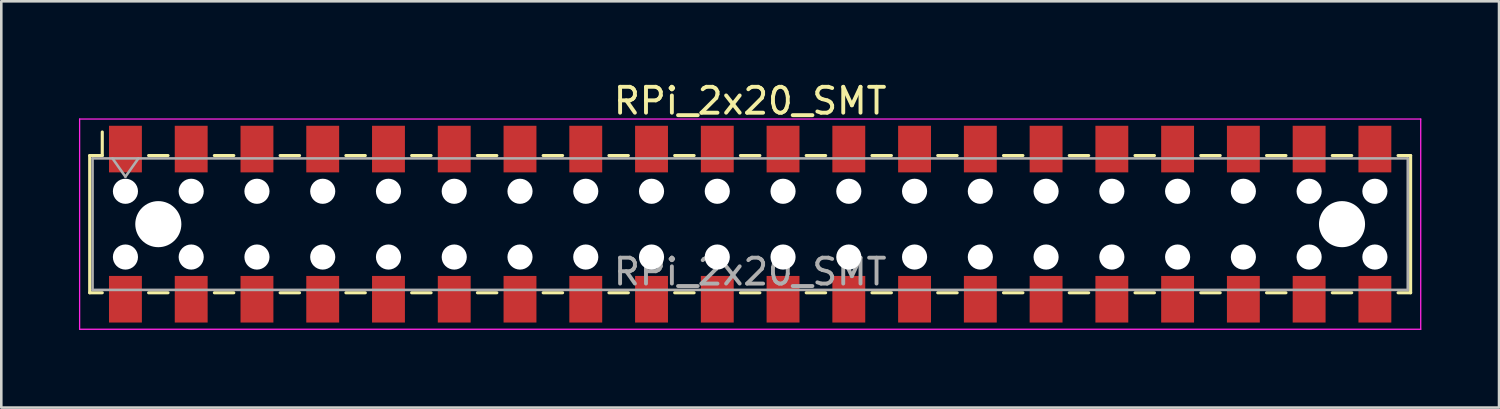
<source format=kicad_pcb>
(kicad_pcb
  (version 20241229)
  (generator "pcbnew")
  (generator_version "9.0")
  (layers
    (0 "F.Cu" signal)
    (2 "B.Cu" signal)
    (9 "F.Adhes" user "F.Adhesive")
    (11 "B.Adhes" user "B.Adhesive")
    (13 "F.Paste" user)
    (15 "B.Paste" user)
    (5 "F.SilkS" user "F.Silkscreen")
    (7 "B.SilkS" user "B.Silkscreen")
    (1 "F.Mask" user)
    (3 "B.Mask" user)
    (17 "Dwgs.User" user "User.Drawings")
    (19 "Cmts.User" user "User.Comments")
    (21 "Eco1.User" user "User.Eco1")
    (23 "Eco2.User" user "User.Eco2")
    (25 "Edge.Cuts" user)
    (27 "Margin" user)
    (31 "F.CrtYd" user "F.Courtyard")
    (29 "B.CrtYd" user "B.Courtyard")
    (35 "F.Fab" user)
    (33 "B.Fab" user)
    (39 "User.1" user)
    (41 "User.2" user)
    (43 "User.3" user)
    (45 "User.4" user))
  (footprint "RPi_2x20_SMT"
    (layer "F.Cu")
    (at 25.925 5.608)
    (property "Reference" "RPi_2x20_SMT" (at 0 -4.76 0) (layer "F.SilkS") (effects (font (size 1 1) (thickness 0.15))))
    (attr smd)
    (fp_line (start -25.51 -2.65) (end -25.51 2.65) (stroke (width 0.12) (type solid)) (layer "F.SilkS"))
    (fp_line (start -25.51 2.65) (end -25.025 2.65) (stroke (width 0.12) (type solid)) (layer "F.SilkS"))
    (fp_line (start -25.025 -3.56) (end -25.025 -2.65) (stroke (width 0.12) (type solid)) (layer "F.SilkS"))
    (fp_line (start -25.025 -2.65) (end -25.51 -2.65) (stroke (width 0.12) (type solid)) (layer "F.SilkS"))
    (fp_line (start -23.235 -2.65) (end -22.485 -2.65) (stroke (width 0.12) (type solid)) (layer "F.SilkS"))
    (fp_line (start -23.235 2.65) (end -22.485 2.65) (stroke (width 0.12) (type solid)) (layer "F.SilkS"))
    (fp_line (start -20.695 -2.65) (end -19.945 -2.65) (stroke (width 0.12) (type solid)) (layer "F.SilkS"))
    (fp_line (start -20.695 2.65) (end -19.945 2.65) (stroke (width 0.12) (type solid)) (layer "F.SilkS"))
    (fp_line (start -18.155 -2.65) (end -17.405 -2.65) (stroke (width 0.12) (type solid)) (layer "F.SilkS"))
    (fp_line (start -18.155 2.65) (end -17.405 2.65) (stroke (width 0.12) (type solid)) (layer "F.SilkS"))
    (fp_line (start -15.615 -2.65) (end -14.865 -2.65) (stroke (width 0.12) (type solid)) (layer "F.SilkS"))
    (fp_line (start -15.615 2.65) (end -14.865 2.65) (stroke (width 0.12) (type solid)) (layer "F.SilkS"))
    (fp_line (start -13.075 -2.65) (end -12.325 -2.65) (stroke (width 0.12) (type solid)) (layer "F.SilkS"))
    (fp_line (start -13.075 2.65) (end -12.325 2.65) (stroke (width 0.12) (type solid)) (layer "F.SilkS"))
    (fp_line (start -10.535 -2.65) (end -9.785 -2.65) (stroke (width 0.12) (type solid)) (layer "F.SilkS"))
    (fp_line (start -10.535 2.65) (end -9.785 2.65) (stroke (width 0.12) (type solid)) (layer "F.SilkS"))
    (fp_line (start -7.995 -2.65) (end -7.245 -2.65) (stroke (width 0.12) (type solid)) (layer "F.SilkS"))
    (fp_line (start -7.995 2.65) (end -7.245 2.65) (stroke (width 0.12) (type solid)) (layer "F.SilkS"))
    (fp_line (start -5.455 -2.65) (end -4.705 -2.65) (stroke (width 0.12) (type solid)) (layer "F.SilkS"))
    (fp_line (start -5.455 2.65) (end -4.705 2.65) (stroke (width 0.12) (type solid)) (layer "F.SilkS"))
    (fp_line (start -2.915 -2.65) (end -2.165 -2.65) (stroke (width 0.12) (type solid)) (layer "F.SilkS"))
    (fp_line (start -2.915 2.65) (end -2.165 2.65) (stroke (width 0.12) (type solid)) (layer "F.SilkS"))
    (fp_line (start -0.375 -2.65) (end 0.375 -2.65) (stroke (width 0.12) (type solid)) (layer "F.SilkS"))
    (fp_line (start -0.375 2.65) (end 0.375 2.65) (stroke (width 0.12) (type solid)) (layer "F.SilkS"))
    (fp_line (start 2.165 -2.65) (end 2.915 -2.65) (stroke (width 0.12) (type solid)) (layer "F.SilkS"))
    (fp_line (start 2.165 2.65) (end 2.915 2.65) (stroke (width 0.12) (type solid)) (layer "F.SilkS"))
    (fp_line (start 4.705 -2.65) (end 5.455 -2.65) (stroke (width 0.12) (type solid)) (layer "F.SilkS"))
    (fp_line (start 4.705 2.65) (end 5.455 2.65) (stroke (width 0.12) (type solid)) (layer "F.SilkS"))
    (fp_line (start 7.245 -2.65) (end 7.995 -2.65) (stroke (width 0.12) (type solid)) (layer "F.SilkS"))
    (fp_line (start 7.245 2.65) (end 7.995 2.65) (stroke (width 0.12) (type solid)) (layer "F.SilkS"))
    (fp_line (start 9.785 -2.65) (end 10.535 -2.65) (stroke (width 0.12) (type solid)) (layer "F.SilkS"))
    (fp_line (start 9.785 2.65) (end 10.535 2.65) (stroke (width 0.12) (type solid)) (layer "F.SilkS"))
    (fp_line (start 12.325 -2.65) (end 13.075 -2.65) (stroke (width 0.12) (type solid)) (layer "F.SilkS"))
    (fp_line (start 12.325 2.65) (end 13.075 2.65) (stroke (width 0.12) (type solid)) (layer "F.SilkS"))
    (fp_line (start 14.865 -2.65) (end 15.615 -2.65) (stroke (width 0.12) (type solid)) (layer "F.SilkS"))
    (fp_line (start 14.865 2.65) (end 15.615 2.65) (stroke (width 0.12) (type solid)) (layer "F.SilkS"))
    (fp_line (start 17.405 -2.65) (end 18.155 -2.65) (stroke (width 0.12) (type solid)) (layer "F.SilkS"))
    (fp_line (start 17.405 2.65) (end 18.155 2.65) (stroke (width 0.12) (type solid)) (layer "F.SilkS"))
    (fp_line (start 19.945 -2.65) (end 20.695 -2.65) (stroke (width 0.12) (type solid)) (layer "F.SilkS"))
    (fp_line (start 19.945 2.65) (end 20.695 2.65) (stroke (width 0.12) (type solid)) (layer "F.SilkS"))
    (fp_line (start 22.485 -2.65) (end 23.235 -2.65) (stroke (width 0.12) (type solid)) (layer "F.SilkS"))
    (fp_line (start 22.485 2.65) (end 23.235 2.65) (stroke (width 0.12) (type solid)) (layer "F.SilkS"))
    (fp_line (start 25.025 -2.65) (end 25.51 -2.65) (stroke (width 0.12) (type solid)) (layer "F.SilkS"))
    (fp_line (start 25.51 -2.65) (end 25.51 2.65) (stroke (width 0.12) (type solid)) (layer "F.SilkS"))
    (fp_line (start 25.51 2.65) (end 25.025 2.65) (stroke (width 0.12) (type solid)) (layer "F.SilkS"))
    (fp_line (start -25.9 -4.06) (end 25.9 -4.06) (stroke (width 0.05) (type solid)) (layer "F.CrtYd"))
    (fp_line (start -25.9 4.06) (end -25.9 -4.06) (stroke (width 0.05) (type solid)) (layer "F.CrtYd"))
    (fp_line (start 25.9 -4.06) (end 25.9 4.06) (stroke (width 0.05) (type solid)) (layer "F.CrtYd"))
    (fp_line (start 25.9 4.06) (end -25.9 4.06) (stroke (width 0.05) (type solid)) (layer "F.CrtYd"))
    (fp_line (start -25.4 -2.54) (end 25.4 -2.54) (stroke (width 0.1) (type solid)) (layer "F.Fab"))
    (fp_line (start -25.4 2.54) (end -25.4 -2.54) (stroke (width 0.1) (type solid)) (layer "F.Fab"))
    (fp_line (start -24.63 -2.54) (end -24.13 -1.833) (stroke (width 0.1) (type solid)) (layer "F.Fab"))
    (fp_line (start -24.13 -1.833) (end -23.63 -2.54) (stroke (width 0.1) (type solid)) (layer "F.Fab"))
    (fp_line (start 25.4 -2.54) (end 25.4 2.54) (stroke (width 0.1) (type solid)) (layer "F.Fab"))
    (fp_line (start 25.4 2.54) (end -25.4 2.54) (stroke (width 0.1) (type solid)) (layer "F.Fab"))
    (fp_text user "${REFERENCE}" (at 0 1.84 0) (layer "F.Fab") (effects (font (size 1 1) (thickness 0.15))))
    (pad "" np_thru_hole circle (at -24.13 -1.27) (size 0.97 0.97) (drill 0.97) (layers "*.Cu" "*.Mask"))
    (pad "" np_thru_hole circle (at -24.13 1.27) (size 0.97 0.97) (drill 0.97) (layers "*.Cu" "*.Mask"))
    (pad "" np_thru_hole circle (at -22.86 0) (size 1.78 1.78) (drill 1.78) (layers "*.Cu" "*.Mask"))
    (pad "" np_thru_hole circle (at -21.59 -1.27) (size 0.97 0.97) (drill 0.97) (layers "*.Cu" "*.Mask"))
    (pad "" np_thru_hole circle (at -21.59 1.27) (size 0.97 0.97) (drill 0.97) (layers "*.Cu" "*.Mask"))
    (pad "" np_thru_hole circle (at -19.05 -1.27) (size 0.97 0.97) (drill 0.97) (layers "*.Cu" "*.Mask"))
    (pad "" np_thru_hole circle (at -19.05 1.27) (size 0.97 0.97) (drill 0.97) (layers "*.Cu" "*.Mask"))
    (pad "" np_thru_hole circle (at -16.51 -1.27) (size 0.97 0.97) (drill 0.97) (layers "*.Cu" "*.Mask"))
    (pad "" np_thru_hole circle (at -16.51 1.27) (size 0.97 0.97) (drill 0.97) (layers "*.Cu" "*.Mask"))
    (pad "" np_thru_hole circle (at -13.97 -1.27) (size 0.97 0.97) (drill 0.97) (layers "*.Cu" "*.Mask"))
    (pad "" np_thru_hole circle (at -13.97 1.27) (size 0.97 0.97) (drill 0.97) (layers "*.Cu" "*.Mask"))
    (pad "" np_thru_hole circle (at -11.43 -1.27) (size 0.97 0.97) (drill 0.97) (layers "*.Cu" "*.Mask"))
    (pad "" np_thru_hole circle (at -11.43 1.27) (size 0.97 0.97) (drill 0.97) (layers "*.Cu" "*.Mask"))
    (pad "" np_thru_hole circle (at -8.89 -1.27) (size 0.97 0.97) (drill 0.97) (layers "*.Cu" "*.Mask"))
    (pad "" np_thru_hole circle (at -8.89 1.27) (size 0.97 0.97) (drill 0.97) (layers "*.Cu" "*.Mask"))
    (pad "" np_thru_hole circle (at -6.35 -1.27) (size 0.97 0.97) (drill 0.97) (layers "*.Cu" "*.Mask"))
    (pad "" np_thru_hole circle (at -6.35 1.27) (size 0.97 0.97) (drill 0.97) (layers "*.Cu" "*.Mask"))
    (pad "" np_thru_hole circle (at -3.81 -1.27) (size 0.97 0.97) (drill 0.97) (layers "*.Cu" "*.Mask"))
    (pad "" np_thru_hole circle (at -3.81 1.27) (size 0.97 0.97) (drill 0.97) (layers "*.Cu" "*.Mask"))
    (pad "" np_thru_hole circle (at -1.27 -1.27) (size 0.97 0.97) (drill 0.97) (layers "*.Cu" "*.Mask"))
    (pad "" np_thru_hole circle (at -1.27 1.27) (size 0.97 0.97) (drill 0.97) (layers "*.Cu" "*.Mask"))
    (pad "" np_thru_hole circle (at 1.27 -1.27) (size 0.97 0.97) (drill 0.97) (layers "*.Cu" "*.Mask"))
    (pad "" np_thru_hole circle (at 1.27 1.27) (size 0.97 0.97) (drill 0.97) (layers "*.Cu" "*.Mask"))
    (pad "" np_thru_hole circle (at 3.81 -1.27) (size 0.97 0.97) (drill 0.97) (layers "*.Cu" "*.Mask"))
    (pad "" np_thru_hole circle (at 3.81 1.27) (size 0.97 0.97) (drill 0.97) (layers "*.Cu" "*.Mask"))
    (pad "" np_thru_hole circle (at 6.35 -1.27) (size 0.97 0.97) (drill 0.97) (layers "*.Cu" "*.Mask"))
    (pad "" np_thru_hole circle (at 6.35 1.27) (size 0.97 0.97) (drill 0.97) (layers "*.Cu" "*.Mask"))
    (pad "" np_thru_hole circle (at 8.89 -1.27) (size 0.97 0.97) (drill 0.97) (layers "*.Cu" "*.Mask"))
    (pad "" np_thru_hole circle (at 8.89 1.27) (size 0.97 0.97) (drill 0.97) (layers "*.Cu" "*.Mask"))
    (pad "" np_thru_hole circle (at 11.43 -1.27) (size 0.97 0.97) (drill 0.97) (layers "*.Cu" "*.Mask"))
    (pad "" np_thru_hole circle (at 11.43 1.27) (size 0.97 0.97) (drill 0.97) (layers "*.Cu" "*.Mask"))
    (pad "" np_thru_hole circle (at 13.97 -1.27) (size 0.97 0.97) (drill 0.97) (layers "*.Cu" "*.Mask"))
    (pad "" np_thru_hole circle (at 13.97 1.27) (size 0.97 0.97) (drill 0.97) (layers "*.Cu" "*.Mask"))
    (pad "" np_thru_hole circle (at 16.51 -1.27) (size 0.97 0.97) (drill 0.97) (layers "*.Cu" "*.Mask"))
    (pad "" np_thru_hole circle (at 16.51 1.27) (size 0.97 0.97) (drill 0.97) (layers "*.Cu" "*.Mask"))
    (pad "" np_thru_hole circle (at 19.05 -1.27) (size 0.97 0.97) (drill 0.97) (layers "*.Cu" "*.Mask"))
    (pad "" np_thru_hole circle (at 19.05 1.27) (size 0.97 0.97) (drill 0.97) (layers "*.Cu" "*.Mask"))
    (pad "" np_thru_hole circle (at 21.59 -1.27) (size 0.97 0.97) (drill 0.97) (layers "*.Cu" "*.Mask"))
    (pad "" np_thru_hole circle (at 21.59 1.27) (size 0.97 0.97) (drill 0.97) (layers "*.Cu" "*.Mask"))
    (pad "" np_thru_hole circle (at 22.86 0) (size 1.78 1.78) (drill 1.78) (layers "*.Cu" "*.Mask"))
    (pad "" np_thru_hole circle (at 24.13 -1.27) (size 0.97 0.97) (drill 0.97) (layers "*.Cu" "*.Mask"))
    (pad "" np_thru_hole circle (at 24.13 1.27) (size 0.97 0.97) (drill 0.97) (layers "*.Cu" "*.Mask"))
    (pad "1" smd rect (at -24.13 2.9) (size 1.27 1.8) (layers "F.Cu" "F.Mask" "F.Paste"))
    (pad "2" smd rect (at -24.13 -2.9) (size 1.27 1.8) (layers "F.Cu" "F.Mask" "F.Paste"))
    (pad "3" smd rect (at -21.59 2.9) (size 1.27 1.8) (layers "F.Cu" "F.Mask" "F.Paste"))
    (pad "4" smd rect (at -21.59 -2.9) (size 1.27 1.8) (layers "F.Cu" "F.Mask" "F.Paste"))
    (pad "5" smd rect (at -19.05 2.9) (size 1.27 1.8) (layers "F.Cu" "F.Mask" "F.Paste"))
    (pad "6" smd rect (at -19.05 -2.9) (size 1.27 1.8) (layers "F.Cu" "F.Mask" "F.Paste"))
    (pad "7" smd rect (at -16.51 2.9) (size 1.27 1.8) (layers "F.Cu" "F.Mask" "F.Paste"))
    (pad "8" smd rect (at -16.51 -2.9) (size 1.27 1.8) (layers "F.Cu" "F.Mask" "F.Paste"))
    (pad "9" smd rect (at -13.97 2.9) (size 1.27 1.8) (layers "F.Cu" "F.Mask" "F.Paste"))
    (pad "10" smd rect (at -13.97 -2.9) (size 1.27 1.8) (layers "F.Cu" "F.Mask" "F.Paste"))
    (pad "11" smd rect (at -11.43 2.9) (size 1.27 1.8) (layers "F.Cu" "F.Mask" "F.Paste"))
    (pad "12" smd rect (at -11.43 -2.9) (size 1.27 1.8) (layers "F.Cu" "F.Mask" "F.Paste"))
    (pad "13" smd rect (at -8.89 2.9) (size 1.27 1.8) (layers "F.Cu" "F.Mask" "F.Paste"))
    (pad "14" smd rect (at -8.89 -2.9) (size 1.27 1.8) (layers "F.Cu" "F.Mask" "F.Paste"))
    (pad "15" smd rect (at -6.35 2.9) (size 1.27 1.8) (layers "F.Cu" "F.Mask" "F.Paste"))
    (pad "16" smd rect (at -6.35 -2.9) (size 1.27 1.8) (layers "F.Cu" "F.Mask" "F.Paste"))
    (pad "17" smd rect (at -3.81 2.9) (size 1.27 1.8) (layers "F.Cu" "F.Mask" "F.Paste"))
    (pad "18" smd rect (at -3.81 -2.9) (size 1.27 1.8) (layers "F.Cu" "F.Mask" "F.Paste"))
    (pad "19" smd rect (at -1.27 2.9) (size 1.27 1.8) (layers "F.Cu" "F.Mask" "F.Paste"))
    (pad "20" smd rect (at -1.27 -2.9) (size 1.27 1.8) (layers "F.Cu" "F.Mask" "F.Paste"))
    (pad "21" smd rect (at 1.27 2.9) (size 1.27 1.8) (layers "F.Cu" "F.Mask" "F.Paste"))
    (pad "22" smd rect (at 1.27 -2.9) (size 1.27 1.8) (layers "F.Cu" "F.Mask" "F.Paste"))
    (pad "23" smd rect (at 3.81 2.9) (size 1.27 1.8) (layers "F.Cu" "F.Mask" "F.Paste"))
    (pad "24" smd rect (at 3.81 -2.9) (size 1.27 1.8) (layers "F.Cu" "F.Mask" "F.Paste"))
    (pad "25" smd rect (at 6.35 2.9) (size 1.27 1.8) (layers "F.Cu" "F.Mask" "F.Paste"))
    (pad "26" smd rect (at 6.35 -2.9) (size 1.27 1.8) (layers "F.Cu" "F.Mask" "F.Paste"))
    (pad "27" smd rect (at 8.89 2.9) (size 1.27 1.8) (layers "F.Cu" "F.Mask" "F.Paste"))
    (pad "28" smd rect (at 8.89 -2.9) (size 1.27 1.8) (layers "F.Cu" "F.Mask" "F.Paste"))
    (pad "29" smd rect (at 11.43 2.9) (size 1.27 1.8) (layers "F.Cu" "F.Mask" "F.Paste"))
    (pad "30" smd rect (at 11.43 -2.9) (size 1.27 1.8) (layers "F.Cu" "F.Mask" "F.Paste"))
    (pad "31" smd rect (at 13.97 2.9) (size 1.27 1.8) (layers "F.Cu" "F.Mask" "F.Paste"))
    (pad "32" smd rect (at 13.97 -2.9) (size 1.27 1.8) (layers "F.Cu" "F.Mask" "F.Paste"))
    (pad "33" smd rect (at 16.51 2.9) (size 1.27 1.8) (layers "F.Cu" "F.Mask" "F.Paste"))
    (pad "34" smd rect (at 16.51 -2.9) (size 1.27 1.8) (layers "F.Cu" "F.Mask" "F.Paste"))
    (pad "35" smd rect (at 19.05 2.9) (size 1.27 1.8) (layers "F.Cu" "F.Mask" "F.Paste"))
    (pad "36" smd rect (at 19.05 -2.9) (size 1.27 1.8) (layers "F.Cu" "F.Mask" "F.Paste"))
    (pad "37" smd rect (at 21.59 2.9) (size 1.27 1.8) (layers "F.Cu" "F.Mask" "F.Paste"))
    (pad "38" smd rect (at 21.59 -2.9) (size 1.27 1.8) (layers "F.Cu" "F.Mask" "F.Paste"))
    (pad "39" smd rect (at 24.13 2.9) (size 1.27 1.8) (layers "F.Cu" "F.Mask" "F.Paste"))
    (pad "40" smd rect (at 24.13 -2.9) (size 1.27 1.8) (layers "F.Cu" "F.Mask" "F.Paste")))
  (gr_rect
    (start -3 -3)
    (end 54.85 12.693)
    (stroke (width 0.1) (type default))
    (fill no)
    (layer "Edge.Cuts")))
</source>
